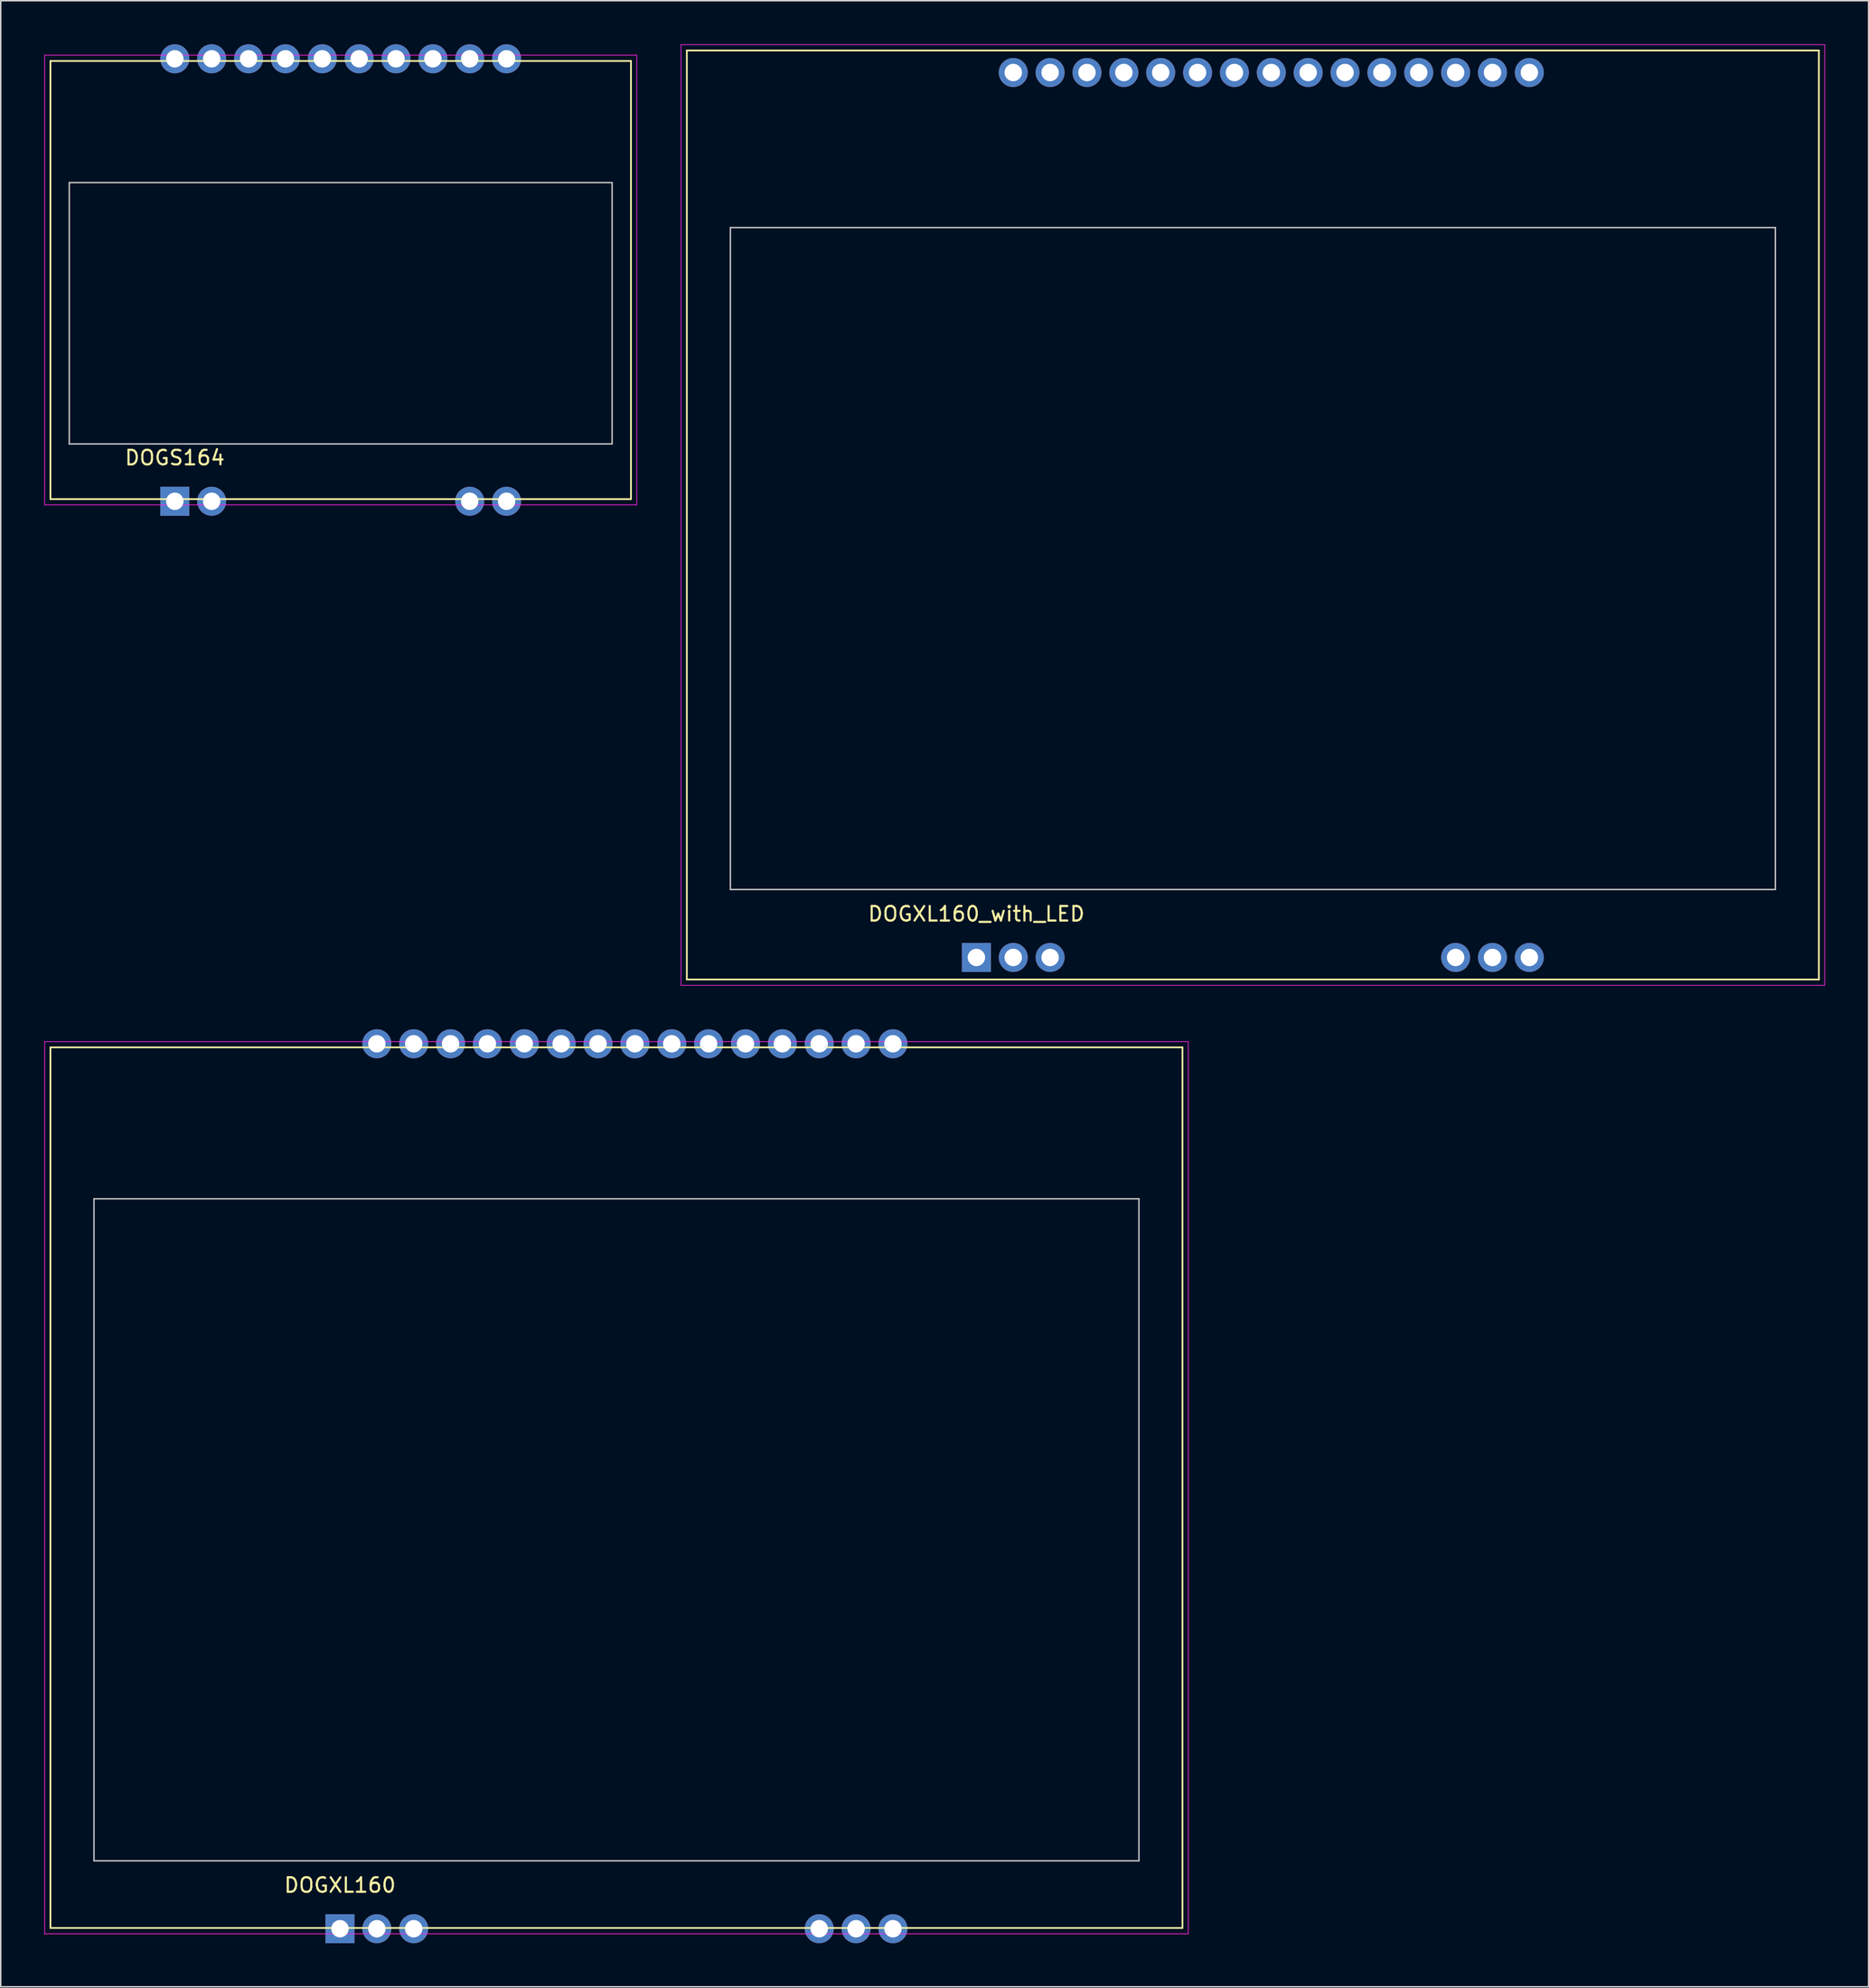
<source format=kicad_pcb>
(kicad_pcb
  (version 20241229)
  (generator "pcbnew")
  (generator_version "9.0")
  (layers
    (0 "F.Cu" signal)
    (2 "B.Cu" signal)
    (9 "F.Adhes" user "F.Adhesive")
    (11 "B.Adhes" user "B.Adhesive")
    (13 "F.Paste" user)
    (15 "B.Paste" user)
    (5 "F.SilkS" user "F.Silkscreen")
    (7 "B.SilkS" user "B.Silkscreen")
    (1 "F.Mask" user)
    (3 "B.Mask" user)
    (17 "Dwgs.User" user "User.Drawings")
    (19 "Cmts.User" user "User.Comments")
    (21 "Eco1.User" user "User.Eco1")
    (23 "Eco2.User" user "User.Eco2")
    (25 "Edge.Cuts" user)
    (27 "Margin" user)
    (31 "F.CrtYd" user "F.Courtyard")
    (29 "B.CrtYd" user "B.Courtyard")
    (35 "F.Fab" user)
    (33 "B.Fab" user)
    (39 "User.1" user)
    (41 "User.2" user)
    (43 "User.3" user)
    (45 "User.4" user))
  (footprint "DOGXL160_with_LED"
    (layer "F.Cu")
    (at 64.225 62.905)
    (property "Reference" "DOGXL160_with_LED" (at 0 -3 0) (layer "F.SilkS") (effects (font (size 1 1) (thickness 0.15))))
    (attr through_hole)
    (fp_line (start -19.95 -62.48) (end -19.95 1.52) (stroke (width 0.12) (type solid)) (layer "F.SilkS"))
    (fp_line (start -19.95 1.52) (end 58.05 1.52) (stroke (width 0.12) (type solid)) (layer "F.SilkS"))
    (fp_line (start 58.05 -62.48) (end -19.95 -62.48) (stroke (width 0.12) (type solid)) (layer "F.SilkS"))
    (fp_line (start 58.05 1.52) (end 58.05 -62.48) (stroke (width 0.12) (type solid)) (layer "F.SilkS"))
    (fp_line (start -16.95 -50.28) (end -16.95 -4.68) (stroke (width 0.1) (type solid)) (layer "Dwgs.User"))
    (fp_line (start -16.95 -4.68) (end 55.05 -4.68) (stroke (width 0.1) (type solid)) (layer "Dwgs.User"))
    (fp_line (start 55.05 -50.28) (end -16.95 -50.28) (stroke (width 0.1) (type solid)) (layer "Dwgs.User"))
    (fp_line (start 55.05 -4.68) (end 55.05 -50.28) (stroke (width 0.1) (type solid)) (layer "Dwgs.User"))
    (fp_line (start -20.35 -62.88) (end -20.35 1.92) (stroke (width 0.05) (type solid)) (layer "F.CrtYd"))
    (fp_line (start -20.35 1.92) (end 58.45 1.92) (stroke (width 0.05) (type solid)) (layer "F.CrtYd"))
    (fp_line (start 58.45 -62.88) (end -20.35 -62.88) (stroke (width 0.05) (type solid)) (layer "F.CrtYd"))
    (fp_line (start 58.45 1.92) (end 58.45 -62.88) (stroke (width 0.05) (type solid)) (layer "F.CrtYd"))
    (pad "1" thru_hole rect (at 0 0) (size 2 2) (drill 1.2) (layers "*.Cu" "*.Mask"))
    (pad "2" thru_hole circle (at 2.54 0) (size 2 2) (drill 1.2) (layers "*.Cu" "*.Mask"))
    (pad "3" thru_hole circle (at 5.08 0) (size 2 2) (drill 1.2) (layers "*.Cu" "*.Mask"))
    (pad "14" thru_hole circle (at 33.02 0) (size 2 2) (drill 1.2) (layers "*.Cu" "*.Mask"))
    (pad "15" thru_hole circle (at 35.56 0) (size 2 2) (drill 1.2) (layers "*.Cu" "*.Mask"))
    (pad "16" thru_hole circle (at 38.1 0) (size 2 2) (drill 1.2) (layers "*.Cu" "*.Mask"))
    (pad "17" thru_hole circle (at 38.1 -60.96) (size 2 2) (drill 1.2) (layers "*.Cu" "*.Mask"))
    (pad "18" thru_hole circle (at 35.56 -60.96) (size 2 2) (drill 1.2) (layers "*.Cu" "*.Mask"))
    (pad "19" thru_hole circle (at 33.02 -60.96) (size 2 2) (drill 1.2) (layers "*.Cu" "*.Mask"))
    (pad "20" thru_hole circle (at 30.48 -60.96) (size 2 2) (drill 1.2) (layers "*.Cu" "*.Mask"))
    (pad "21" thru_hole circle (at 27.94 -60.96) (size 2 2) (drill 1.2) (layers "*.Cu" "*.Mask"))
    (pad "22" thru_hole circle (at 25.4 -60.96) (size 2 2) (drill 1.2) (layers "*.Cu" "*.Mask"))
    (pad "23" thru_hole circle (at 22.86 -60.96) (size 2 2) (drill 1.2) (layers "*.Cu" "*.Mask"))
    (pad "24" thru_hole circle (at 20.32 -60.96) (size 2 2) (drill 1.2) (layers "*.Cu" "*.Mask"))
    (pad "25" thru_hole circle (at 17.78 -60.96) (size 2 2) (drill 1.2) (layers "*.Cu" "*.Mask"))
    (pad "26" thru_hole circle (at 15.24 -60.96) (size 2 2) (drill 1.2) (layers "*.Cu" "*.Mask"))
    (pad "27" thru_hole circle (at 12.7 -60.96) (size 2 2) (drill 1.2) (layers "*.Cu" "*.Mask"))
    (pad "28" thru_hole circle (at 10.16 -60.96) (size 2 2) (drill 1.2) (layers "*.Cu" "*.Mask"))
    (pad "29" thru_hole circle (at 7.62 -60.96) (size 2 2) (drill 1.2) (layers "*.Cu" "*.Mask"))
    (pad "30" thru_hole circle (at 5.08 -60.96) (size 2 2) (drill 1.2) (layers "*.Cu" "*.Mask"))
    (pad "31" thru_hole circle (at 2.54 -60.96) (size 2 2) (drill 1.2) (layers "*.Cu" "*.Mask")))
  (footprint "DOGXL160"
    (layer "F.Cu")
    (at 20.375 129.81)
    (property "Reference" "DOGXL160" (at 0 -3 0) (layer "F.SilkS") (effects (font (size 1 1) (thickness 0.15))))
    (attr through_hole)
    (fp_line (start -19.95 -60.71) (end -19.95 -0.05) (stroke (width 0.12) (type solid)) (layer "F.SilkS"))
    (fp_line (start -19.95 -0.05) (end 58.05 -0.05) (stroke (width 0.12) (type solid)) (layer "F.SilkS"))
    (fp_line (start 58.05 -60.71) (end -19.95 -60.71) (stroke (width 0.12) (type solid)) (layer "F.SilkS"))
    (fp_line (start 58.05 -0.05) (end 58.05 -60.71) (stroke (width 0.12) (type solid)) (layer "F.SilkS"))
    (fp_line (start -16.95 -50.28) (end -16.95 -4.68) (stroke (width 0.1) (type solid)) (layer "Dwgs.User"))
    (fp_line (start -16.95 -4.68) (end 55.05 -4.68) (stroke (width 0.1) (type solid)) (layer "Dwgs.User"))
    (fp_line (start 55.05 -50.28) (end -16.95 -50.28) (stroke (width 0.1) (type solid)) (layer "Dwgs.User"))
    (fp_line (start 55.05 -4.68) (end 55.05 -50.28) (stroke (width 0.1) (type solid)) (layer "Dwgs.User"))
    (fp_line (start -20.35 -61.11) (end -20.35 0.35) (stroke (width 0.05) (type solid)) (layer "F.CrtYd"))
    (fp_line (start -20.35 0.35) (end 58.45 0.35) (stroke (width 0.05) (type solid)) (layer "F.CrtYd"))
    (fp_line (start 58.45 -61.11) (end -20.35 -61.11) (stroke (width 0.05) (type solid)) (layer "F.CrtYd"))
    (fp_line (start 58.45 0.35) (end 58.45 -61.11) (stroke (width 0.05) (type solid)) (layer "F.CrtYd"))
    (pad "1" thru_hole rect (at 0 0) (size 2 2) (drill 1.2) (layers "*.Cu" "*.Mask"))
    (pad "2" thru_hole circle (at 2.54 0) (size 2 2) (drill 1.2) (layers "*.Cu" "*.Mask"))
    (pad "3" thru_hole circle (at 5.08 0) (size 2 2) (drill 1.2) (layers "*.Cu" "*.Mask"))
    (pad "14" thru_hole circle (at 33.02 0) (size 2 2) (drill 1.2) (layers "*.Cu" "*.Mask"))
    (pad "15" thru_hole circle (at 35.56 0) (size 2 2) (drill 1.2) (layers "*.Cu" "*.Mask"))
    (pad "16" thru_hole circle (at 38.1 0) (size 2 2) (drill 1.2) (layers "*.Cu" "*.Mask"))
    (pad "17" thru_hole circle (at 38.1 -60.96) (size 2 2) (drill 1.2) (layers "*.Cu" "*.Mask"))
    (pad "18" thru_hole circle (at 35.56 -60.96) (size 2 2) (drill 1.2) (layers "*.Cu" "*.Mask"))
    (pad "19" thru_hole circle (at 33.02 -60.96) (size 2 2) (drill 1.2) (layers "*.Cu" "*.Mask"))
    (pad "20" thru_hole circle (at 30.48 -60.96) (size 2 2) (drill 1.2) (layers "*.Cu" "*.Mask"))
    (pad "21" thru_hole circle (at 27.94 -60.96) (size 2 2) (drill 1.2) (layers "*.Cu" "*.Mask"))
    (pad "22" thru_hole circle (at 25.4 -60.96) (size 2 2) (drill 1.2) (layers "*.Cu" "*.Mask"))
    (pad "23" thru_hole circle (at 22.86 -60.96) (size 2 2) (drill 1.2) (layers "*.Cu" "*.Mask"))
    (pad "24" thru_hole circle (at 20.32 -60.96) (size 2 2) (drill 1.2) (layers "*.Cu" "*.Mask"))
    (pad "25" thru_hole circle (at 17.78 -60.96) (size 2 2) (drill 1.2) (layers "*.Cu" "*.Mask"))
    (pad "26" thru_hole circle (at 15.24 -60.96) (size 2 2) (drill 1.2) (layers "*.Cu" "*.Mask"))
    (pad "27" thru_hole circle (at 12.7 -60.96) (size 2 2) (drill 1.2) (layers "*.Cu" "*.Mask"))
    (pad "28" thru_hole circle (at 10.16 -60.96) (size 2 2) (drill 1.2) (layers "*.Cu" "*.Mask"))
    (pad "29" thru_hole circle (at 7.62 -60.96) (size 2 2) (drill 1.2) (layers "*.Cu" "*.Mask"))
    (pad "30" thru_hole circle (at 5.08 -60.96) (size 2 2) (drill 1.2) (layers "*.Cu" "*.Mask"))
    (pad "31" thru_hole circle (at 2.54 -60.96) (size 2 2) (drill 1.2) (layers "*.Cu" "*.Mask")))
  (footprint "DOGS164"
    (layer "F.Cu")
    (at 8.995 31.48)
    (property "Reference" "DOGS164" (at 0 -3 0) (layer "F.SilkS") (effects (font (size 1 1) (thickness 0.15))))
    (attr through_hole)
    (fp_line (start -8.57 -30.33) (end -8.57 -0.15) (stroke (width 0.12) (type solid)) (layer "F.SilkS"))
    (fp_line (start -8.57 -0.15) (end 31.43 -0.15) (stroke (width 0.12) (type solid)) (layer "F.SilkS"))
    (fp_line (start 31.43 -30.33) (end -8.57 -30.33) (stroke (width 0.12) (type solid)) (layer "F.SilkS"))
    (fp_line (start 31.43 -0.15) (end 31.43 -30.33) (stroke (width 0.12) (type solid)) (layer "F.SilkS"))
    (fp_line (start -7.27 -21.95) (end -7.27 -3.95) (stroke (width 0.1) (type solid)) (layer "Dwgs.User"))
    (fp_line (start -7.27 -3.95) (end 30.13 -3.95) (stroke (width 0.1) (type solid)) (layer "Dwgs.User"))
    (fp_line (start 30.13 -21.95) (end -7.27 -21.95) (stroke (width 0.1) (type solid)) (layer "Dwgs.User"))
    (fp_line (start 30.13 -3.95) (end 30.13 -21.95) (stroke (width 0.1) (type solid)) (layer "Dwgs.User"))
    (fp_line (start -8.97 -30.73) (end -8.97 0.25) (stroke (width 0.05) (type solid)) (layer "F.CrtYd"))
    (fp_line (start -8.97 0.25) (end 31.83 0.25) (stroke (width 0.05) (type solid)) (layer "F.CrtYd"))
    (fp_line (start 31.83 -30.73) (end -8.97 -30.73) (stroke (width 0.05) (type solid)) (layer "F.CrtYd"))
    (fp_line (start 31.83 0.25) (end 31.83 -30.73) (stroke (width 0.05) (type solid)) (layer "F.CrtYd"))
    (pad "1" thru_hole rect (at 0 0) (size 2 2) (drill 1.2) (layers "*.Cu" "*.Mask"))
    (pad "2" thru_hole circle (at 2.54 0) (size 2 2) (drill 1.2) (layers "*.Cu" "*.Mask"))
    (pad "9" thru_hole circle (at 20.32 0) (size 2 2) (drill 1.2) (layers "*.Cu" "*.Mask"))
    (pad "10" thru_hole circle (at 22.86 0) (size 2 2) (drill 1.2) (layers "*.Cu" "*.Mask"))
    (pad "11" thru_hole circle (at 22.86 -30.48) (size 2 2) (drill 1.2) (layers "*.Cu" "*.Mask"))
    (pad "12" thru_hole circle (at 20.32 -30.48) (size 2 2) (drill 1.2) (layers "*.Cu" "*.Mask"))
    (pad "13" thru_hole circle (at 17.78 -30.48) (size 2 2) (drill 1.2) (layers "*.Cu" "*.Mask"))
    (pad "14" thru_hole circle (at 15.24 -30.48) (size 2 2) (drill 1.2) (layers "*.Cu" "*.Mask"))
    (pad "15" thru_hole circle (at 12.7 -30.48) (size 2 2) (drill 1.2) (layers "*.Cu" "*.Mask"))
    (pad "16" thru_hole circle (at 10.16 -30.48) (size 2 2) (drill 1.2) (layers "*.Cu" "*.Mask"))
    (pad "17" thru_hole circle (at 7.62 -30.48) (size 2 2) (drill 1.2) (layers "*.Cu" "*.Mask"))
    (pad "18" thru_hole circle (at 5.08 -30.48) (size 2 2) (drill 1.2) (layers "*.Cu" "*.Mask"))
    (pad "19" thru_hole circle (at 2.54 -30.48) (size 2 2) (drill 1.2) (layers "*.Cu" "*.Mask"))
    (pad "20" thru_hole circle (at 0 -30.48) (size 2 2) (drill 1.2) (layers "*.Cu" "*.Mask")))
  (gr_rect
    (start -3 -3)
    (end 125.7 133.81)
    (stroke (width 0.1) (type default))
    (fill no)
    (layer "Edge.Cuts")))
</source>
